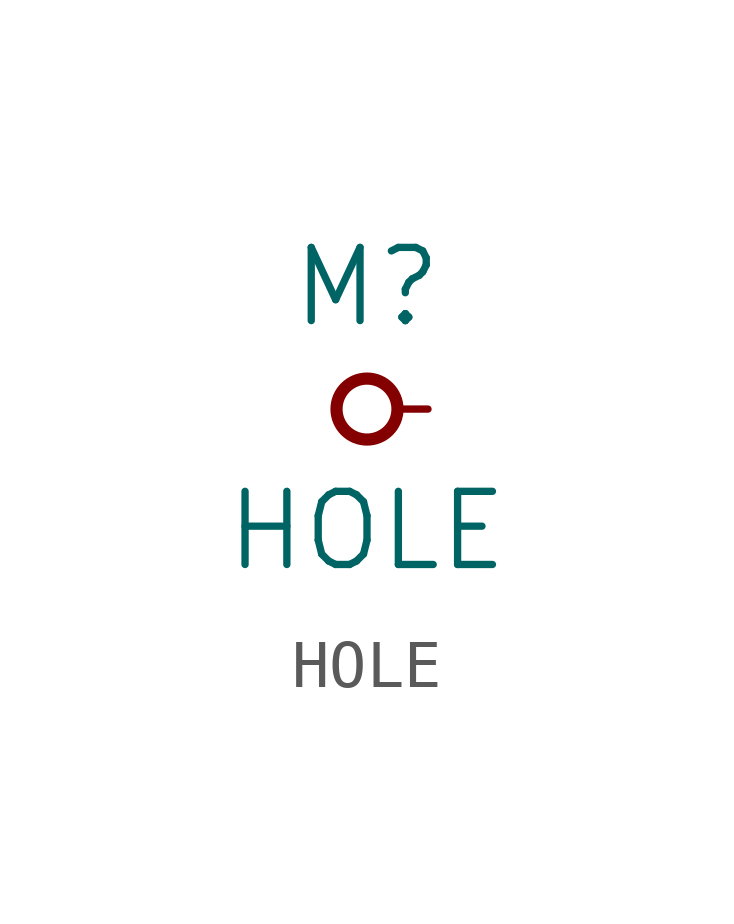
<source format=kicad_sym>
(kicad_symbol_lib
  (version 20211014)
  (generator kicad_symbol_editor)
  (symbol "HOLE"
    (pin_numbers hide)
    (pin_names
      (offset 1.016) hide)
    (property "Reference" "M"
      (at 0 2.54 0)
      (effects (font (size 1.524 1.524))))
    (property "Value" "HOLE"
      (at 0 -2.54 0)
      (effects (font (size 1.524 1.524))))
    (property "Footprint" ""
      (at 0 0 0)
      (effects (font (size 1.524 1.524))))
    (property "Datasheet" ""
      (at 0 0 0)
      (effects (font (size 1.524 1.524))))
    (symbol "HOLE_0_1"
      (circle (center 0 0) (radius 0.635) (stroke (width 0.254) (type default) (color 0 0 0 0)) (fill (type none))))
    (symbol "HOLE_1_1"
      (pin input line (at 1.27 0 180) (length 0.635) (name "~" (effects (font (size 1.27 1.27)))) (number "1" (effects (font (size 1.27 1.27))))))))
</source>
